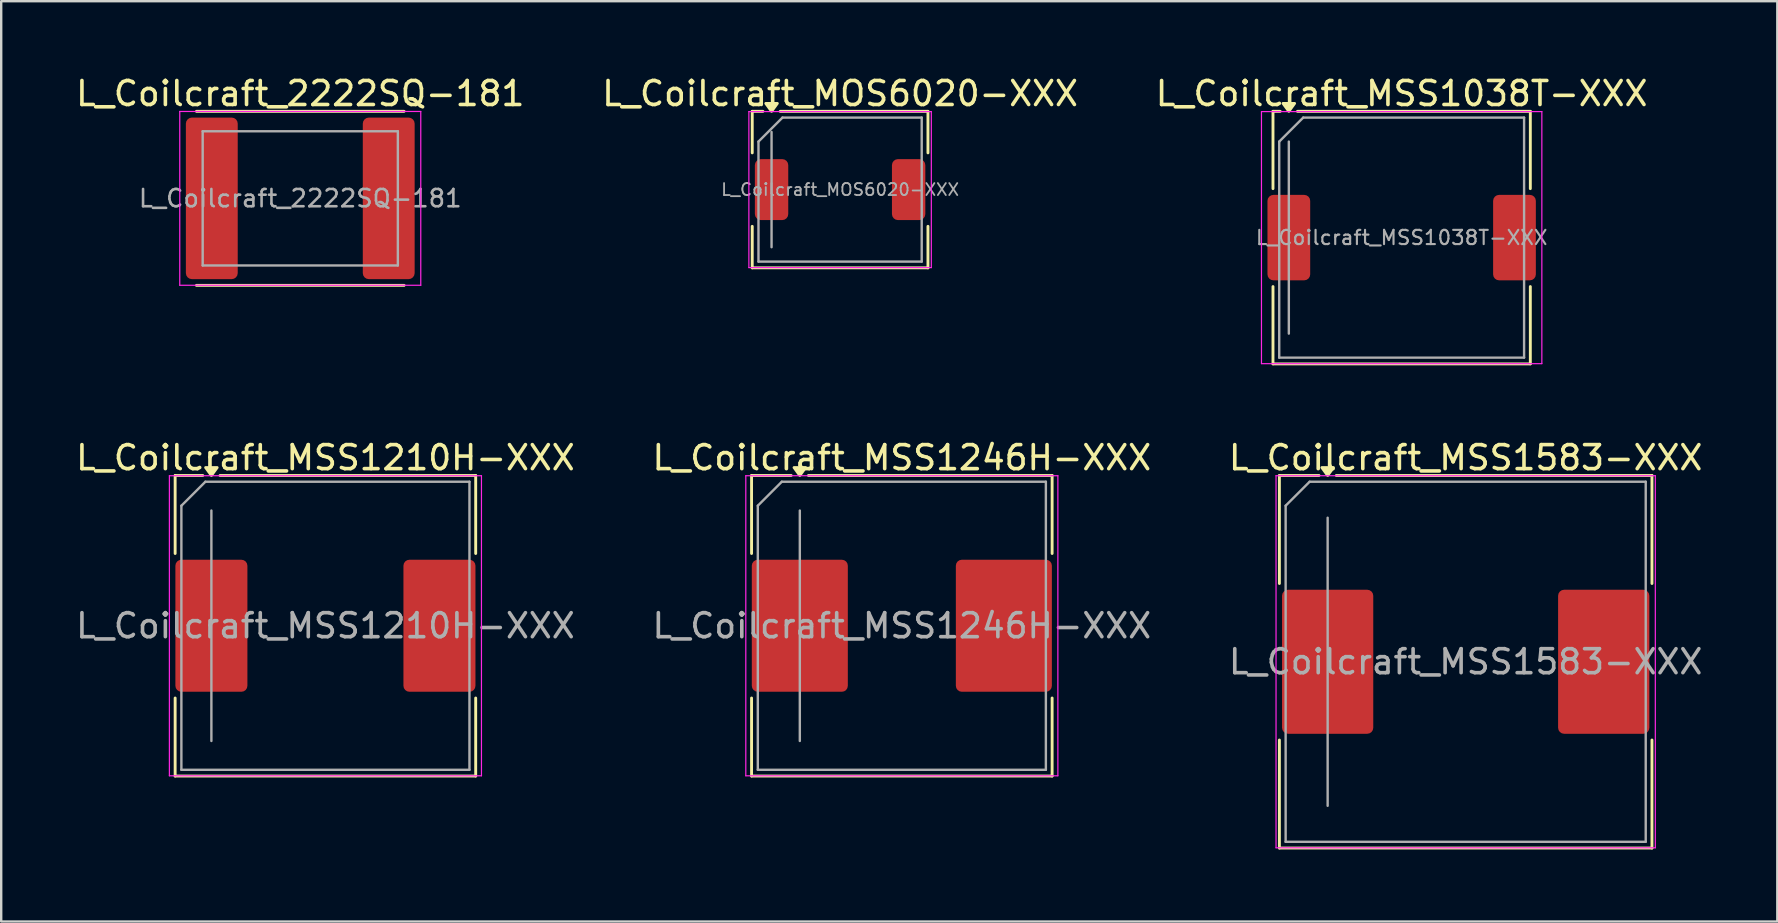
<source format=kicad_pcb>
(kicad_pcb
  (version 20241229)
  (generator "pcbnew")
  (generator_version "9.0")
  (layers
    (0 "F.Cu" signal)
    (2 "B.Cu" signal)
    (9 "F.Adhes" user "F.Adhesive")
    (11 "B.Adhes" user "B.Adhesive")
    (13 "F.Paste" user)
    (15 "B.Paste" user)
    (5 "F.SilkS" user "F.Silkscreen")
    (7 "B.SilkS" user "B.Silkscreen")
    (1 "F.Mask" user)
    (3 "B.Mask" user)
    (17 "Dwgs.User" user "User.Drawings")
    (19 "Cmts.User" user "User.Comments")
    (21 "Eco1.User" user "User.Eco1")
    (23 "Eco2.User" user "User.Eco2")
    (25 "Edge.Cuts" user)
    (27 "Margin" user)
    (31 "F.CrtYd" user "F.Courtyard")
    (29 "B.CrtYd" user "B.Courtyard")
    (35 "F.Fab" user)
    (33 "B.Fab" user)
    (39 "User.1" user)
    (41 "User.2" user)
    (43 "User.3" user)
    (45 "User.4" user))
  (footprint "L_Coilcraft_2222SQ-181"
    (layer "F.Cu")
    (at 9.458 5.213)
    (property "Reference" "L_Coilcraft_2222SQ-181" (at 0 -4.365 0) (layer "F.SilkS") (effects (font (size 1 1) (thickness 0.15))))
    (attr smd)
    (fp_line (start -4.325 -3.625) (end 4.325 -3.625) (stroke (width 0.12) (type solid)) (layer "F.SilkS"))
    (fp_line (start -4.325 3.625) (end 4.325 3.625) (stroke (width 0.12) (type solid)) (layer "F.SilkS"))
    (fp_line (start -5.02 -3.62) (end -5.02 3.62) (stroke (width 0.05) (type solid)) (layer "F.CrtYd"))
    (fp_line (start -5.02 3.62) (end 5.02 3.62) (stroke (width 0.05) (type solid)) (layer "F.CrtYd"))
    (fp_line (start 5.02 -3.62) (end -5.02 -3.62) (stroke (width 0.05) (type solid)) (layer "F.CrtYd"))
    (fp_line (start 5.02 3.62) (end 5.02 -3.62) (stroke (width 0.05) (type solid)) (layer "F.CrtYd"))
    (fp_line (start -4.065 -2.795) (end -4.065 2.795) (stroke (width 0.1) (type solid)) (layer "F.Fab"))
    (fp_line (start -4.065 2.795) (end 4.065 2.795) (stroke (width 0.1) (type solid)) (layer "F.Fab"))
    (fp_line (start 4.065 -2.795) (end -4.065 -2.795) (stroke (width 0.1) (type solid)) (layer "F.Fab"))
    (fp_line (start 4.065 2.795) (end 4.065 -2.795) (stroke (width 0.1) (type solid)) (layer "F.Fab"))
    (fp_text user "${REFERENCE}" (at 0 0 0) (layer "F.Fab") (effects (font (size 0.72 0.72) (thickness 0.108))))
    (pad "1" smd roundrect (at -3.685 0) (size 2.16 6.73) (layers "F.Cu" "F.Mask" "F.Paste") (roundrect_rratio 0.116))
    (pad "2" smd roundrect (at 3.685 0) (size 2.16 6.73) (layers "F.Cu" "F.Mask" "F.Paste") (roundrect_rratio 0.116)))
  (footprint "L_Coilcraft_MSS1210H-XXX"
    (layer "F.Cu")
    (at 10.506 23.017)
    (property "Reference" "L_Coilcraft_MSS1210H-XXX" (at 0 -7 0) (layer "F.SilkS") (effects (font (size 1 1) (thickness 0.15))))
    (attr smd)
    (fp_line (start -6.26 -6.26) (end -6.26 -3.01) (stroke (width 0.12) (type solid)) (layer "F.SilkS"))
    (fp_line (start -6.26 -6.26) (end -5.11 -6.26) (stroke (width 0.12) (type solid)) (layer "F.SilkS"))
    (fp_line (start -6.26 6.26) (end -6.26 3.01) (stroke (width 0.12) (type solid)) (layer "F.SilkS"))
    (fp_line (start -6.26 6.26) (end 6.26 6.26) (stroke (width 0.12) (type solid)) (layer "F.SilkS"))
    (fp_line (start -4.39 -6.26) (end 6.26 -6.26) (stroke (width 0.12) (type solid)) (layer "F.SilkS"))
    (fp_line (start 6.26 -6.26) (end 6.26 -3.01) (stroke (width 0.12) (type solid)) (layer "F.SilkS"))
    (fp_line (start 6.26 6.26) (end 6.26 3.01) (stroke (width 0.12) (type solid)) (layer "F.SilkS"))
    (fp_poly (pts (xy -4.75 -6.26) (xy -4.99 -6.59) (xy -4.51 -6.59)) (stroke (width 0.12) (type solid)) (fill yes) (layer "F.SilkS"))
    (fp_line (start -6.5 -6.25) (end -6.5 6.25) (stroke (width 0.05) (type solid)) (layer "F.CrtYd"))
    (fp_line (start -6.5 6.25) (end 6.5 6.25) (stroke (width 0.05) (type solid)) (layer "F.CrtYd"))
    (fp_line (start 6.5 -6.25) (end -6.5 -6.25) (stroke (width 0.05) (type solid)) (layer "F.CrtYd"))
    (fp_line (start 6.5 6.25) (end 6.5 -6.25) (stroke (width 0.05) (type solid)) (layer "F.CrtYd"))
    (fp_line (start -6 -5) (end -5 -6) (stroke (width 0.1) (type solid)) (layer "F.Fab"))
    (fp_line (start -6 6) (end -6 -5) (stroke (width 0.1) (type solid)) (layer "F.Fab"))
    (fp_line (start -5 -6) (end 6 -6) (stroke (width 0.1) (type solid)) (layer "F.Fab"))
    (fp_line (start -4.75 4.8) (end -4.75 -4.8) (stroke (width 0.1) (type solid)) (layer "F.Fab"))
    (fp_line (start 6 -6) (end 6 6) (stroke (width 0.1) (type solid)) (layer "F.Fab"))
    (fp_line (start 6 6) (end -6 6) (stroke (width 0.1) (type solid)) (layer "F.Fab"))
    (fp_text user "${REFERENCE}" (at 0 0 0) (layer "F.Fab") (effects (font (size 1 1) (thickness 0.15))))
    (pad "1" smd roundrect (at -4.75 0) (size 3 5.5) (layers "F.Cu" "F.Mask" "F.Paste") (roundrect_rratio 0.083))
    (pad "2" smd roundrect (at 4.75 0) (size 3 5.5) (layers "F.Cu" "F.Mask" "F.Paste") (roundrect_rratio 0.083)))
  (footprint "L_Coilcraft_MSS1583-XXX"
    (layer "F.Cu")
    (at 58.006 24.517)
    (property "Reference" "L_Coilcraft_MSS1583-XXX" (at 0 -8.5 0) (layer "F.SilkS") (effects (font (size 1 1) (thickness 0.15))))
    (attr smd)
    (fp_line (start -7.76 -7.76) (end -7.76 -3.26) (stroke (width 0.12) (type solid)) (layer "F.SilkS"))
    (fp_line (start -7.76 -7.76) (end -6.11 -7.76) (stroke (width 0.12) (type solid)) (layer "F.SilkS"))
    (fp_line (start -7.76 7.76) (end -7.76 3.26) (stroke (width 0.12) (type solid)) (layer "F.SilkS"))
    (fp_line (start -7.76 7.76) (end 7.76 7.76) (stroke (width 0.12) (type solid)) (layer "F.SilkS"))
    (fp_line (start -5.39 -7.76) (end 7.76 -7.76) (stroke (width 0.12) (type solid)) (layer "F.SilkS"))
    (fp_line (start 7.76 -7.76) (end 7.76 -3.26) (stroke (width 0.12) (type solid)) (layer "F.SilkS"))
    (fp_line (start 7.76 7.76) (end 7.76 3.26) (stroke (width 0.12) (type solid)) (layer "F.SilkS"))
    (fp_poly (pts (xy -5.75 -7.76) (xy -5.99 -8.09) (xy -5.51 -8.09)) (stroke (width 0.12) (type solid)) (fill yes) (layer "F.SilkS"))
    (fp_line (start -7.9 -7.75) (end -7.9 7.75) (stroke (width 0.05) (type solid)) (layer "F.CrtYd"))
    (fp_line (start -7.9 7.75) (end 7.9 7.75) (stroke (width 0.05) (type solid)) (layer "F.CrtYd"))
    (fp_line (start 7.9 -7.75) (end -7.9 -7.75) (stroke (width 0.05) (type solid)) (layer "F.CrtYd"))
    (fp_line (start 7.9 7.75) (end 7.9 -7.75) (stroke (width 0.05) (type solid)) (layer "F.CrtYd"))
    (fp_line (start -7.5 -6.5) (end -6.5 -7.5) (stroke (width 0.1) (type solid)) (layer "F.Fab"))
    (fp_line (start -7.5 7.5) (end -7.5 -6.5) (stroke (width 0.1) (type solid)) (layer "F.Fab"))
    (fp_line (start -6.5 -7.5) (end 7.5 -7.5) (stroke (width 0.1) (type solid)) (layer "F.Fab"))
    (fp_line (start -5.75 6) (end -5.75 -6) (stroke (width 0.1) (type solid)) (layer "F.Fab"))
    (fp_line (start 7.5 -7.5) (end 7.5 7.5) (stroke (width 0.1) (type solid)) (layer "F.Fab"))
    (fp_line (start 7.5 7.5) (end -7.5 7.5) (stroke (width 0.1) (type solid)) (layer "F.Fab"))
    (fp_text user "${REFERENCE}" (at 0 0 0) (layer "F.Fab") (effects (font (size 1 1) (thickness 0.15))))
    (pad "1" smd roundrect (at -5.75 0) (size 3.8 6) (layers "F.Cu" "F.Mask" "F.Paste") (roundrect_rratio 0.066))
    (pad "2" smd roundrect (at 5.75 0) (size 3.8 6) (layers "F.Cu" "F.Mask" "F.Paste") (roundrect_rratio 0.066)))
  (footprint "L_Coilcraft_MSS1246H-XXX"
    (layer "F.Cu")
    (at 34.518 23.017)
    (property "Reference" "L_Coilcraft_MSS1246H-XXX" (at 0 -7 0) (layer "F.SilkS") (effects (font (size 1 1) (thickness 0.15))))
    (attr smd)
    (fp_line (start -6.26 -6.26) (end -6.26 -3.01) (stroke (width 0.12) (type solid)) (layer "F.SilkS"))
    (fp_line (start -6.26 -6.26) (end -4.61 -6.26) (stroke (width 0.12) (type solid)) (layer "F.SilkS"))
    (fp_line (start -6.26 6.26) (end -6.26 3.01) (stroke (width 0.12) (type solid)) (layer "F.SilkS"))
    (fp_line (start -6.26 6.26) (end 6.26 6.26) (stroke (width 0.12) (type solid)) (layer "F.SilkS"))
    (fp_line (start -3.89 -6.26) (end 6.26 -6.26) (stroke (width 0.12) (type solid)) (layer "F.SilkS"))
    (fp_line (start 6.26 -6.26) (end 6.26 -3.01) (stroke (width 0.12) (type solid)) (layer "F.SilkS"))
    (fp_line (start 6.26 6.26) (end 6.26 3.01) (stroke (width 0.12) (type solid)) (layer "F.SilkS"))
    (fp_poly (pts (xy -4.25 -6.26) (xy -4.49 -6.59) (xy -4.01 -6.59)) (stroke (width 0.12) (type solid)) (fill yes) (layer "F.SilkS"))
    (fp_line (start -6.5 -6.25) (end -6.5 6.25) (stroke (width 0.05) (type solid)) (layer "F.CrtYd"))
    (fp_line (start -6.5 6.25) (end 6.5 6.25) (stroke (width 0.05) (type solid)) (layer "F.CrtYd"))
    (fp_line (start 6.5 -6.25) (end -6.5 -6.25) (stroke (width 0.05) (type solid)) (layer "F.CrtYd"))
    (fp_line (start 6.5 6.25) (end 6.5 -6.25) (stroke (width 0.05) (type solid)) (layer "F.CrtYd"))
    (fp_line (start -6 -5) (end -5 -6) (stroke (width 0.1) (type solid)) (layer "F.Fab"))
    (fp_line (start -6 6) (end -6 -5) (stroke (width 0.1) (type solid)) (layer "F.Fab"))
    (fp_line (start -5 -6) (end 6 -6) (stroke (width 0.1) (type solid)) (layer "F.Fab"))
    (fp_line (start -4.25 4.8) (end -4.25 -4.8) (stroke (width 0.1) (type solid)) (layer "F.Fab"))
    (fp_line (start 6 -6) (end 6 6) (stroke (width 0.1) (type solid)) (layer "F.Fab"))
    (fp_line (start 6 6) (end -6 6) (stroke (width 0.1) (type solid)) (layer "F.Fab"))
    (fp_text user "${REFERENCE}" (at 0 0 0) (layer "F.Fab") (effects (font (size 1 1) (thickness 0.15))))
    (pad "1" smd roundrect (at -4.25 0) (size 4 5.5) (layers "F.Cu" "F.Mask" "F.Paste") (roundrect_rratio 0.062))
    (pad "2" smd roundrect (at 4.25 0) (size 4 5.5) (layers "F.Cu" "F.Mask" "F.Paste") (roundrect_rratio 0.062)))
  (footprint "L_Coilcraft_MOS6020-XXX"
    (layer "F.Cu")
    (at 31.946 4.848)
    (property "Reference" "L_Coilcraft_MOS6020-XXX" (at 0 -4 0) (layer "F.SilkS") (effects (font (size 1 1) (thickness 0.15))))
    (attr smd)
    (fp_line (start -3.66 -3.26) (end -3.66 -1.53) (stroke (width 0.12) (type solid)) (layer "F.SilkS"))
    (fp_line (start -3.66 -3.26) (end -3.215 -3.26) (stroke (width 0.12) (type solid)) (layer "F.SilkS"))
    (fp_line (start -3.66 3.26) (end -3.66 1.53) (stroke (width 0.12) (type solid)) (layer "F.SilkS"))
    (fp_line (start -3.66 3.26) (end 3.66 3.26) (stroke (width 0.12) (type solid)) (layer "F.SilkS"))
    (fp_line (start -2.495 -3.26) (end 3.66 -3.26) (stroke (width 0.12) (type solid)) (layer "F.SilkS"))
    (fp_line (start 3.66 -3.26) (end 3.66 -1.53) (stroke (width 0.12) (type solid)) (layer "F.SilkS"))
    (fp_line (start 3.66 3.26) (end 3.66 1.53) (stroke (width 0.12) (type solid)) (layer "F.SilkS"))
    (fp_poly (pts (xy -2.855 -3.26) (xy -3.095 -3.59) (xy -2.615 -3.59)) (stroke (width 0.12) (type solid)) (fill yes) (layer "F.SilkS"))
    (fp_line (start -3.8 -3.25) (end -3.8 3.25) (stroke (width 0.05) (type solid)) (layer "F.CrtYd"))
    (fp_line (start -3.8 3.25) (end 3.8 3.25) (stroke (width 0.05) (type solid)) (layer "F.CrtYd"))
    (fp_line (start 3.8 -3.25) (end -3.8 -3.25) (stroke (width 0.05) (type solid)) (layer "F.CrtYd"))
    (fp_line (start 3.8 3.25) (end 3.8 -3.25) (stroke (width 0.05) (type solid)) (layer "F.CrtYd"))
    (fp_line (start -3.4 -2) (end -2.4 -3) (stroke (width 0.1) (type solid)) (layer "F.Fab"))
    (fp_line (start -3.4 3) (end -3.4 -2) (stroke (width 0.1) (type solid)) (layer "F.Fab"))
    (fp_line (start -2.855 2.4) (end -2.855 -2.4) (stroke (width 0.1) (type solid)) (layer "F.Fab"))
    (fp_line (start -2.4 -3) (end 3.4 -3) (stroke (width 0.1) (type solid)) (layer "F.Fab"))
    (fp_line (start 3.4 -3) (end 3.4 3) (stroke (width 0.1) (type solid)) (layer "F.Fab"))
    (fp_line (start 3.4 3) (end -3.4 3) (stroke (width 0.1) (type solid)) (layer "F.Fab"))
    (fp_text user "${REFERENCE}" (at 0 0 0) (layer "F.Fab") (effects (font (size 0.5 0.5) (thickness 0.075))))
    (pad "1" smd roundrect (at -2.855 0) (size 1.39 2.54) (layers "F.Cu" "F.Mask" "F.Paste") (roundrect_rratio 0.18))
    (pad "2" smd roundrect (at 2.855 0) (size 1.39 2.54) (layers "F.Cu" "F.Mask" "F.Paste") (roundrect_rratio 0.18)))
  (footprint "L_Coilcraft_MSS1038T-XXX"
    (layer "F.Cu")
    (at 55.339 6.848)
    (property "Reference" "L_Coilcraft_MSS1038T-XXX" (at 0 -6 0) (layer "F.SilkS") (effects (font (size 1 1) (thickness 0.15))))
    (attr smd)
    (fp_line (start -5.36 -5.26) (end -5.36 -2.04) (stroke (width 0.12) (type solid)) (layer "F.SilkS"))
    (fp_line (start -5.36 -5.26) (end -5.06 -5.26) (stroke (width 0.12) (type solid)) (layer "F.SilkS"))
    (fp_line (start -5.36 5.26) (end -5.36 2.04) (stroke (width 0.12) (type solid)) (layer "F.SilkS"))
    (fp_line (start -5.36 5.26) (end 5.36 5.26) (stroke (width 0.12) (type solid)) (layer "F.SilkS"))
    (fp_line (start -4.34 -5.26) (end 5.36 -5.26) (stroke (width 0.12) (type solid)) (layer "F.SilkS"))
    (fp_line (start 5.36 -5.26) (end 5.36 -2.04) (stroke (width 0.12) (type solid)) (layer "F.SilkS"))
    (fp_line (start 5.36 5.26) (end 5.36 2.04) (stroke (width 0.12) (type solid)) (layer "F.SilkS"))
    (fp_poly (pts (xy -4.7 -5.26) (xy -4.94 -5.59) (xy -4.46 -5.59)) (stroke (width 0.12) (type solid)) (fill yes) (layer "F.SilkS"))
    (fp_line (start -5.84 -5.25) (end -5.84 5.25) (stroke (width 0.05) (type solid)) (layer "F.CrtYd"))
    (fp_line (start -5.84 5.25) (end 5.84 5.25) (stroke (width 0.05) (type solid)) (layer "F.CrtYd"))
    (fp_line (start 5.84 -5.25) (end -5.84 -5.25) (stroke (width 0.05) (type solid)) (layer "F.CrtYd"))
    (fp_line (start 5.84 5.25) (end 5.84 -5.25) (stroke (width 0.05) (type solid)) (layer "F.CrtYd"))
    (fp_line (start -5.1 -4) (end -4.1 -5) (stroke (width 0.1) (type solid)) (layer "F.Fab"))
    (fp_line (start -5.1 5) (end -5.1 -4) (stroke (width 0.1) (type solid)) (layer "F.Fab"))
    (fp_line (start -4.7 4) (end -4.7 -4) (stroke (width 0.1) (type solid)) (layer "F.Fab"))
    (fp_line (start -4.1 -5) (end 5.1 -5) (stroke (width 0.1) (type solid)) (layer "F.Fab"))
    (fp_line (start 5.1 -5) (end 5.1 5) (stroke (width 0.1) (type solid)) (layer "F.Fab"))
    (fp_line (start 5.1 5) (end -5.1 5) (stroke (width 0.1) (type solid)) (layer "F.Fab"))
    (fp_text user "${REFERENCE}" (at 0 0 0) (layer "F.Fab") (effects (font (size 0.593 0.593) (thickness 0.089))))
    (pad "1" smd roundrect (at -4.7 0) (size 1.78 3.56) (layers "F.Cu" "F.Mask" "F.Paste") (roundrect_rratio 0.14))
    (pad "2" smd roundrect (at 4.7 0) (size 1.78 3.56) (layers "F.Cu" "F.Mask" "F.Paste") (roundrect_rratio 0.14)))
  (gr_rect
    (start -3 -3)
    (end 70.988 35.337)
    (stroke (width 0.1) (type default))
    (fill no)
    (layer "Edge.Cuts")))
</source>
